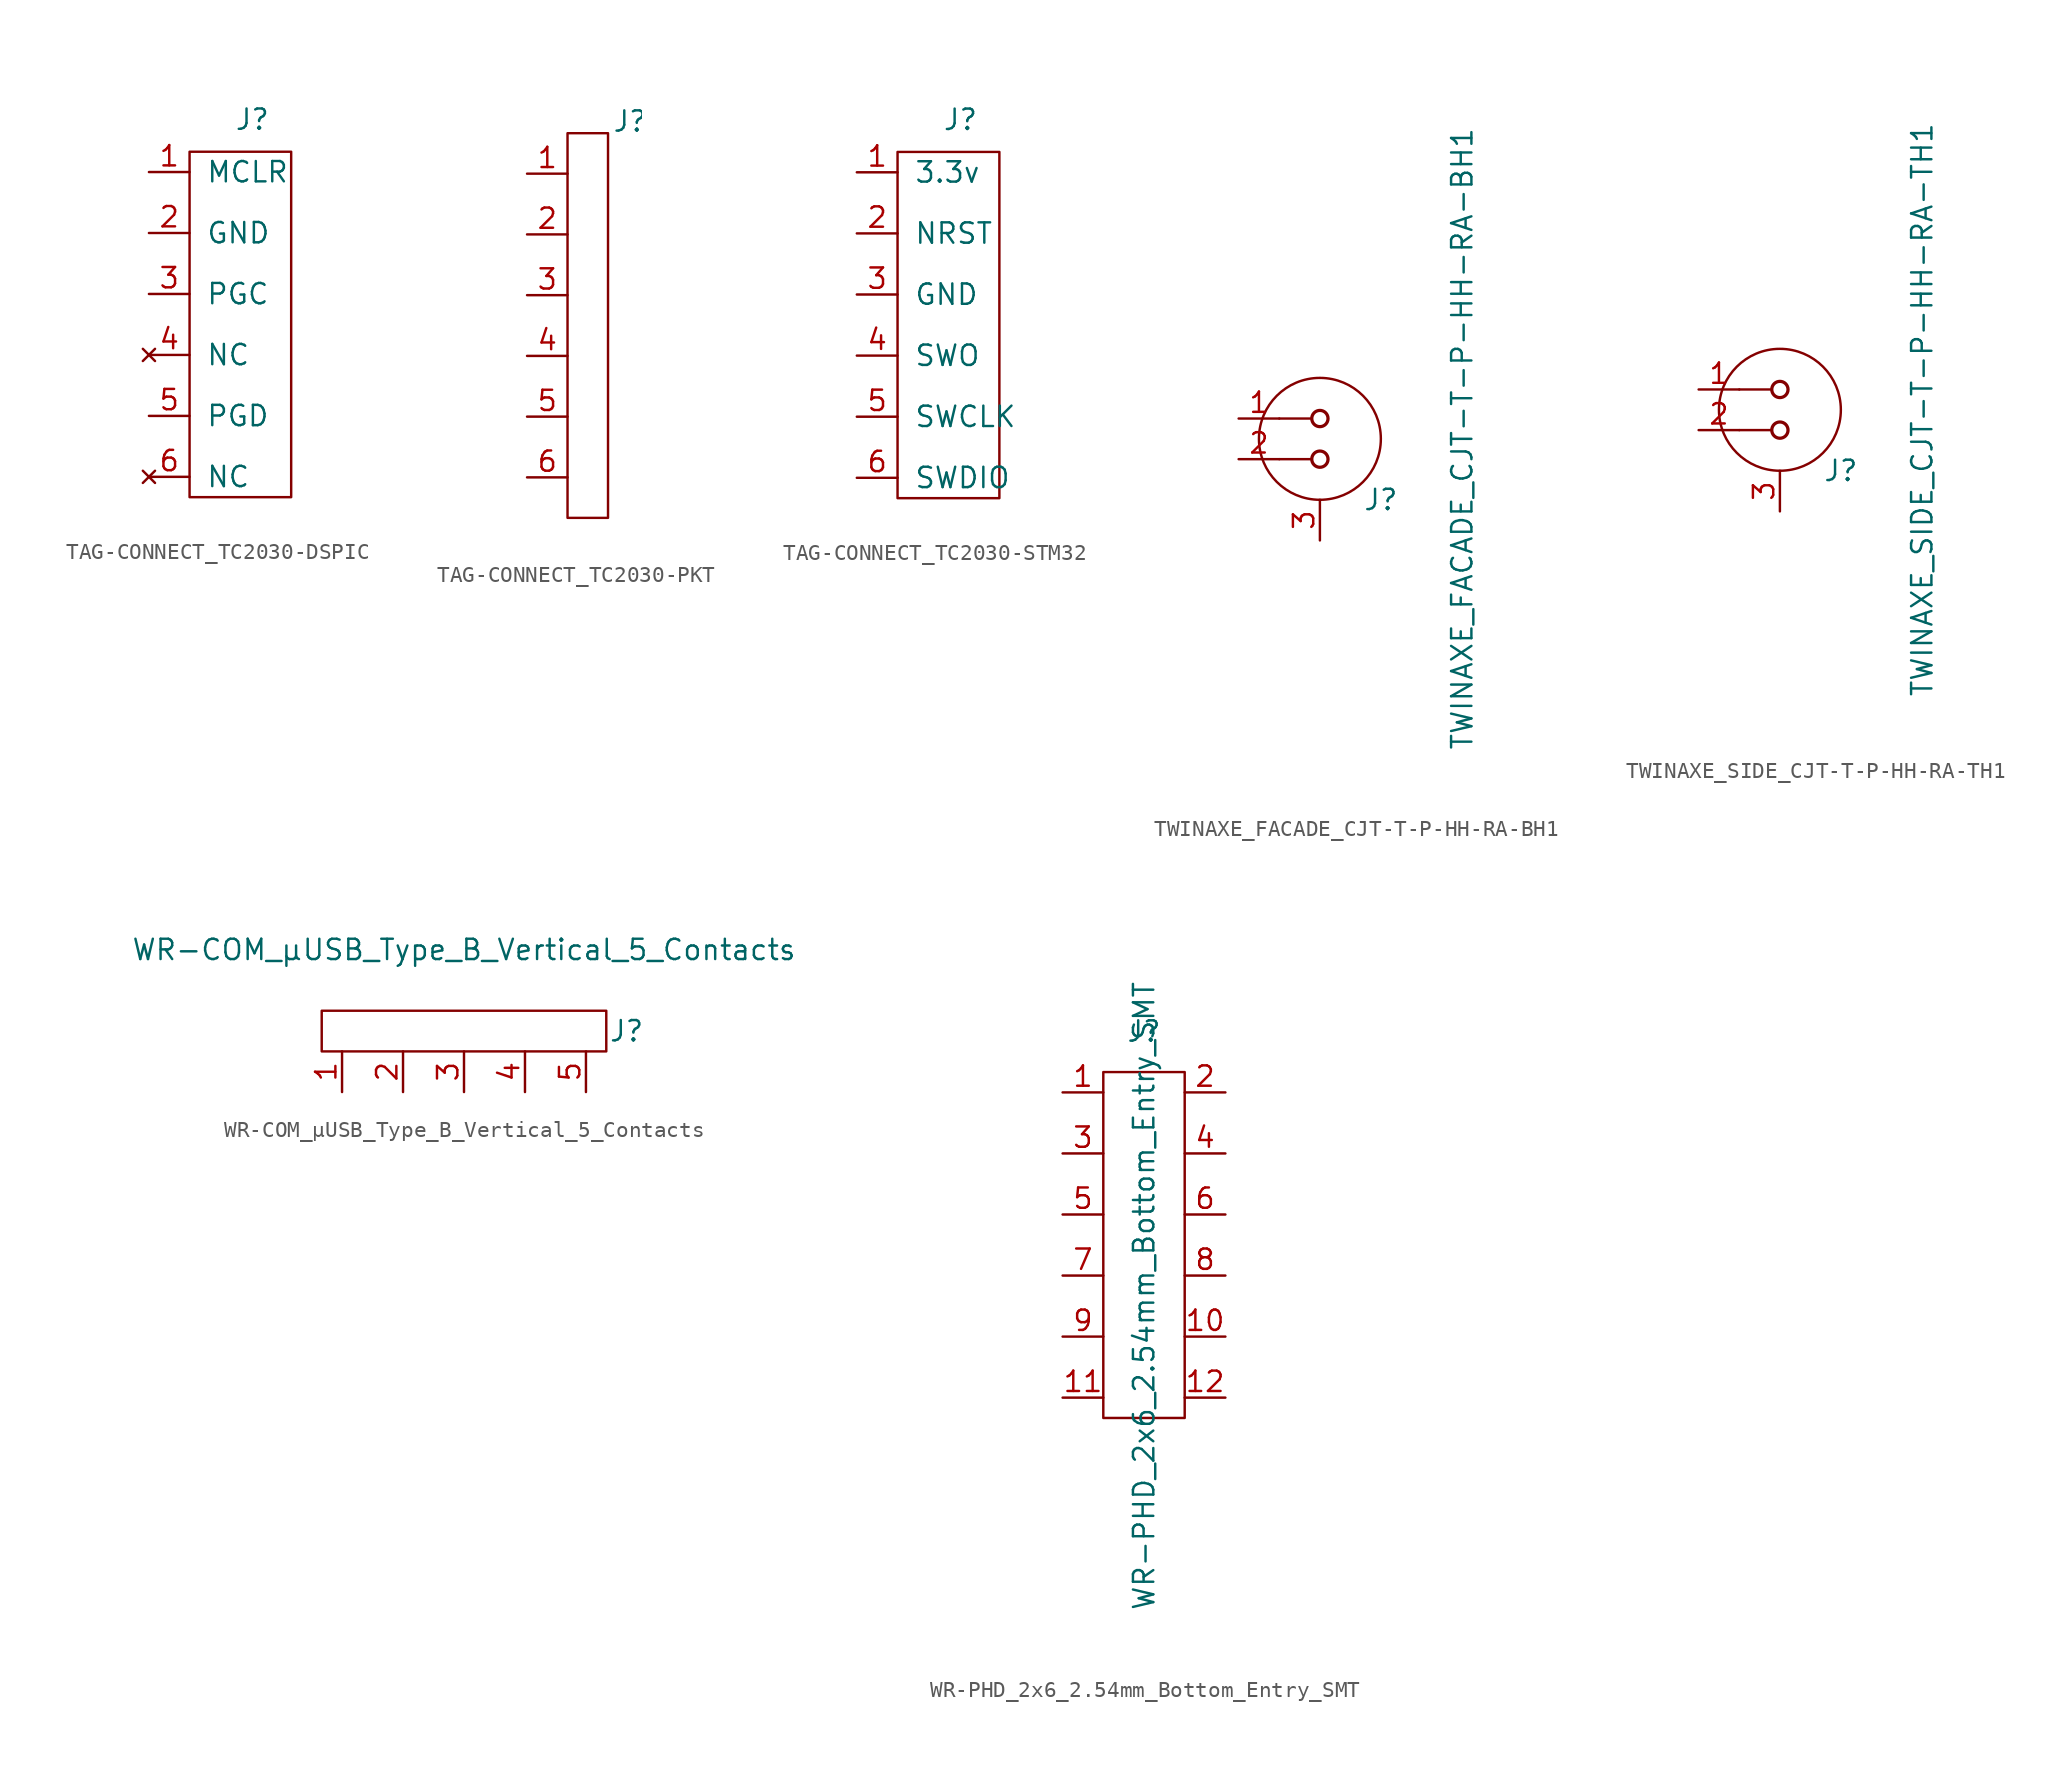
<source format=kicad_sym>
(kicad_symbol_lib
  (version 20211014)
  (generator kicad_symbol_editor)
  (symbol "TAG-CONNECT_TC2030-DSPIC"
    (pin_names
      (offset 1.016))
    (property "Reference" "J"
      (at 1.524 3.81 0)
      (effects (font (size 1.27 1.27)) (justify left bottom)))
    (symbol "TAG-CONNECT_TC2030-DSPIC_0_1"
      (rectangle (start -1.27 2.54) (end 5.08 -19.05) (stroke (width 0) (type default) (color 0 0 0 0)) (fill (type none))))
    (symbol "TAG-CONNECT_TC2030-DSPIC_1_1"
      (pin bidirectional line (at -3.81 1.27 0) (length 2.54) (name "MCLR" (effects (font (size 1.27 1.27)))) (number "1" (effects (font (size 1.27 1.27)))))
      (pin power_in line (at -3.81 -2.54 0) (length 2.54) (name "GND" (effects (font (size 1.27 1.27)))) (number "2" (effects (font (size 1.27 1.27)))))
      (pin bidirectional line (at -3.81 -6.35 0) (length 2.54) (name "PGC" (effects (font (size 1.27 1.27)))) (number "3" (effects (font (size 1.27 1.27)))))
      (pin no_connect line (at -3.81 -10.16 0) (length 2.54) (name "NC" (effects (font (size 1.27 1.27)))) (number "4" (effects (font (size 1.27 1.27)))))
      (pin bidirectional line (at -3.81 -13.97 0) (length 2.54) (name "PGD" (effects (font (size 1.27 1.27)))) (number "5" (effects (font (size 1.27 1.27)))))
      (pin no_connect line (at -3.81 -17.78 0) (length 2.54) (name "NC" (effects (font (size 1.27 1.27)))) (number "6" (effects (font (size 1.27 1.27)))))))
  (symbol "TAG-CONNECT_TC2030-PKT"
    (pin_names
      (offset 1.016) hide)
    (property "Reference" "J"
      (at 1.524 3.81 0)
      (effects (font (size 1.27 1.27)) (justify left bottom)))
    (symbol "TAG-CONNECT_TC2030-PKT_0_1"
      (rectangle (start -1.27 3.81) (end 1.27 -20.32) (stroke (width 0) (type default) (color 0 0 0 0)) (fill (type none))))
    (symbol "TAG-CONNECT_TC2030-PKT_1_1"
      (pin passive line (at -3.81 1.27 0) (length 2.54) (name "~" (effects (font (size 1.27 1.27)))) (number "1" (effects (font (size 1.27 1.27)))))
      (pin passive line (at -3.81 -2.54 0) (length 2.54) (name "~" (effects (font (size 1.27 1.27)))) (number "2" (effects (font (size 1.27 1.27)))))
      (pin passive line (at -3.81 -6.35 0) (length 2.54) (name "~" (effects (font (size 1.27 1.27)))) (number "3" (effects (font (size 1.27 1.27)))))
      (pin passive line (at -3.81 -10.16 0) (length 2.54) (name "~" (effects (font (size 1.27 1.27)))) (number "4" (effects (font (size 1.27 1.27)))))
      (pin passive line (at -3.81 -13.97 0) (length 2.54) (name "~" (effects (font (size 1.27 1.27)))) (number "5" (effects (font (size 1.27 1.27)))))
      (pin passive line (at -3.81 -17.78 0) (length 2.54) (name "~" (effects (font (size 1.27 1.27)))) (number "6" (effects (font (size 1.27 1.27)))))))
  (symbol "TAG-CONNECT_TC2030-STM32"
    (pin_names
      (offset 1.016))
    (property "Reference" "J"
      (at 1.524 3.81 0)
      (effects (font (size 1.27 1.27)) (justify left bottom)))
    (symbol "TAG-CONNECT_TC2030-STM32_0_1"
      (rectangle (start -1.27 2.54) (end 5.08 -19.05) (stroke (width 0) (type default) (color 0 0 0 0)) (fill (type none))))
    (symbol "TAG-CONNECT_TC2030-STM32_1_1"
      (pin passive line (at -3.81 1.27 0) (length 2.54) (name "3.3v" (effects (font (size 1.27 1.27)))) (number "1" (effects (font (size 1.27 1.27)))))
      (pin passive line (at -3.81 -2.54 0) (length 2.54) (name "NRST" (effects (font (size 1.27 1.27)))) (number "2" (effects (font (size 1.27 1.27)))))
      (pin passive line (at -3.81 -6.35 0) (length 2.54) (name "GND" (effects (font (size 1.27 1.27)))) (number "3" (effects (font (size 1.27 1.27)))))
      (pin passive line (at -3.81 -10.16 0) (length 2.54) (name "SWO" (effects (font (size 1.27 1.27)))) (number "4" (effects (font (size 1.27 1.27)))))
      (pin passive line (at -3.81 -13.97 0) (length 2.54) (name "SWCLK" (effects (font (size 1.27 1.27)))) (number "5" (effects (font (size 1.27 1.27)))))
      (pin passive line (at -3.81 -17.78 0) (length 2.54) (name "SWDIO" (effects (font (size 1.27 1.27)))) (number "6" (effects (font (size 1.27 1.27)))))))
  (symbol "TWINAXE_FACADE_CJT-T-P-HH-RA-BH1"
    (pin_names
      (offset 1.016) hide)
    (property "Reference" "J"
      (at 3.81 -3.81 0)
      (effects (font (size 1.27 1.27))))
    (property "Value" "TWINAXE_FACADE_CJT-T-P-HH-RA-BH1"
      (at 8.89 0 90)
      (effects (font (size 1.27 1.27))))
    (symbol "TWINAXE_FACADE_CJT-T-P-HH-RA-BH1_0_1"
      (circle (center 0 -1.27) (radius 0.508) (stroke (width 0.203) (type default) (color 0 0 0 0)) (fill (type none)))
      (polyline (pts (xy -2.54 -1.27) (xy -0.508 -1.27)) (stroke (width 0) (type default) (color 0 0 0 0)) (fill (type none)))
      (polyline (pts (xy -2.54 1.27) (xy -0.508 1.27)) (stroke (width 0) (type default) (color 0 0 0 0)) (fill (type none)))
      (circle (center 0 0) (radius 3.81) (stroke (width 0) (type default) (color 0 0 0 0)) (fill (type none)))
      (circle (center 0 1.27) (radius 0.508) (stroke (width 0.203) (type default) (color 0 0 0 0)) (fill (type none))))
    (symbol "TWINAXE_FACADE_CJT-T-P-HH-RA-BH1_1_1"
      (pin passive line (at -5.08 1.27 0) (length 2.54) (name "In" (effects (font (size 1.27 1.27)))) (number "1" (effects (font (size 1.27 1.27)))))
      (pin passive line (at -5.08 -1.27 0) (length 2.54) (name "In" (effects (font (size 1.27 1.27)))) (number "2" (effects (font (size 1.27 1.27)))))
      (pin passive line (at 0 -6.35 90) (length 2.54) (name "SHLD" (effects (font (size 1.27 1.27)))) (number "3" (effects (font (size 1.27 1.27)))))))
  (symbol "TWINAXE_SIDE_CJT-T-P-HH-RA-TH1"
    (pin_names
      (offset 1.016) hide)
    (property "Reference" "J"
      (at 3.81 -3.81 0)
      (effects (font (size 1.27 1.27))))
    (property "Value" "TWINAXE_SIDE_CJT-T-P-HH-RA-TH1"
      (at 8.89 0 90)
      (effects (font (size 1.27 1.27))))
    (symbol "TWINAXE_SIDE_CJT-T-P-HH-RA-TH1_0_1"
      (circle (center 0 -1.27) (radius 0.508) (stroke (width 0.203) (type default) (color 0 0 0 0)) (fill (type none)))
      (polyline (pts (xy -2.54 -1.27) (xy -0.508 -1.27)) (stroke (width 0) (type default) (color 0 0 0 0)) (fill (type none)))
      (polyline (pts (xy -2.54 1.27) (xy -0.508 1.27)) (stroke (width 0) (type default) (color 0 0 0 0)) (fill (type none)))
      (circle (center 0 0) (radius 3.81) (stroke (width 0) (type default) (color 0 0 0 0)) (fill (type none)))
      (circle (center 0 1.27) (radius 0.508) (stroke (width 0.203) (type default) (color 0 0 0 0)) (fill (type none))))
    (symbol "TWINAXE_SIDE_CJT-T-P-HH-RA-TH1_1_1"
      (pin passive line (at -5.08 1.27 0) (length 2.54) (name "In" (effects (font (size 1.27 1.27)))) (number "1" (effects (font (size 1.27 1.27)))))
      (pin passive line (at -5.08 -1.27 0) (length 2.54) (name "In" (effects (font (size 1.27 1.27)))) (number "2" (effects (font (size 1.27 1.27)))))
      (pin passive line (at 0 -6.35 90) (length 2.54) (name "SHLD" (effects (font (size 1.27 1.27)))) (number "3" (effects (font (size 1.27 1.27)))))))
  (symbol "WR-COM_µUSB_Type_B_Vertical_5_Contacts"
    (pin_names
      (offset 1.016))
    (property "Reference" "J"
      (at 10.16 1.27 0)
      (effects (font (size 1.27 1.27))))
    (property "Value" "WR-COM_µUSB_Type_B_Vertical_5_Contacts"
      (at 0 6.35 0)
      (effects (font (size 1.27 1.27))))
    (symbol "WR-COM_µUSB_Type_B_Vertical_5_Contacts_0_1"
      (rectangle (start 8.89 0) (end -8.89 2.54) (stroke (width 0) (type default) (color 0 0 0 0)) (fill (type none))))
    (symbol "WR-COM_µUSB_Type_B_Vertical_5_Contacts_1_1"
      (pin input line (at -7.62 -2.54 90) (length 2.54) (name "~" (effects (font (size 1.27 1.27)))) (number "1" (effects (font (size 1.27 1.27)))))
      (pin input line (at -3.81 -2.54 90) (length 2.54) (name "~" (effects (font (size 1.27 1.27)))) (number "2" (effects (font (size 1.27 1.27)))))
      (pin input line (at 0 -2.54 90) (length 2.54) (name "~" (effects (font (size 1.27 1.27)))) (number "3" (effects (font (size 1.27 1.27)))))
      (pin input line (at 3.81 -2.54 90) (length 2.54) (name "~" (effects (font (size 1.27 1.27)))) (number "4" (effects (font (size 1.27 1.27)))))
      (pin input line (at 7.62 -2.54 90) (length 2.54) (name "~" (effects (font (size 1.27 1.27)))) (number "5" (effects (font (size 1.27 1.27)))))))
  (symbol "WR-PHD_2x6_2.54mm_Bottom_Entry_SMT"
    (pin_names
      (offset 1.016))
    (property "Reference" "J"
      (at 0 0 0)
      (effects (font (size 1.27 1.27))))
    (property "Value" "WR-PHD_2x6_2.54mm_Bottom_Entry_SMT"
      (at 0 -16.51 90)
      (effects (font (size 1.27 1.27))))
    (symbol "WR-PHD_2x6_2.54mm_Bottom_Entry_SMT_0_1"
      (rectangle (start -2.54 -2.54) (end 2.54 -24.13) (stroke (width 0) (type default) (color 0 0 0 0)) (fill (type none))))
    (symbol "WR-PHD_2x6_2.54mm_Bottom_Entry_SMT_1_1"
      (pin passive line (at -5.08 -3.81 0) (length 2.54) (name "~" (effects (font (size 1.27 1.27)))) (number "1" (effects (font (size 1.27 1.27)))))
      (pin passive line (at 5.08 -19.05 180) (length 2.54) (name "~" (effects (font (size 1.27 1.27)))) (number "10" (effects (font (size 1.27 1.27)))))
      (pin passive line (at -5.08 -22.86 0) (length 2.54) (name "~" (effects (font (size 1.27 1.27)))) (number "11" (effects (font (size 1.27 1.27)))))
      (pin passive line (at 5.08 -22.86 180) (length 2.54) (name "~" (effects (font (size 1.27 1.27)))) (number "12" (effects (font (size 1.27 1.27)))))
      (pin passive line (at 5.08 -3.81 180) (length 2.54) (name "~" (effects (font (size 1.27 1.27)))) (number "2" (effects (font (size 1.27 1.27)))))
      (pin passive line (at -5.08 -7.62 0) (length 2.54) (name "~" (effects (font (size 1.27 1.27)))) (number "3" (effects (font (size 1.27 1.27)))))
      (pin passive line (at 5.08 -7.62 180) (length 2.54) (name "~" (effects (font (size 1.27 1.27)))) (number "4" (effects (font (size 1.27 1.27)))))
      (pin passive line (at -5.08 -11.43 0) (length 2.54) (name "~" (effects (font (size 1.27 1.27)))) (number "5" (effects (font (size 1.27 1.27)))))
      (pin passive line (at 5.08 -11.43 180) (length 2.54) (name "~" (effects (font (size 1.27 1.27)))) (number "6" (effects (font (size 1.27 1.27)))))
      (pin passive line (at -5.08 -15.24 0) (length 2.54) (name "~" (effects (font (size 1.27 1.27)))) (number "7" (effects (font (size 1.27 1.27)))))
      (pin passive line (at 5.08 -15.24 180) (length 2.54) (name "~" (effects (font (size 1.27 1.27)))) (number "8" (effects (font (size 1.27 1.27)))))
      (pin passive line (at -5.08 -19.05 0) (length 2.54) (name "~" (effects (font (size 1.27 1.27)))) (number "9" (effects (font (size 1.27 1.27))))))))
</source>
